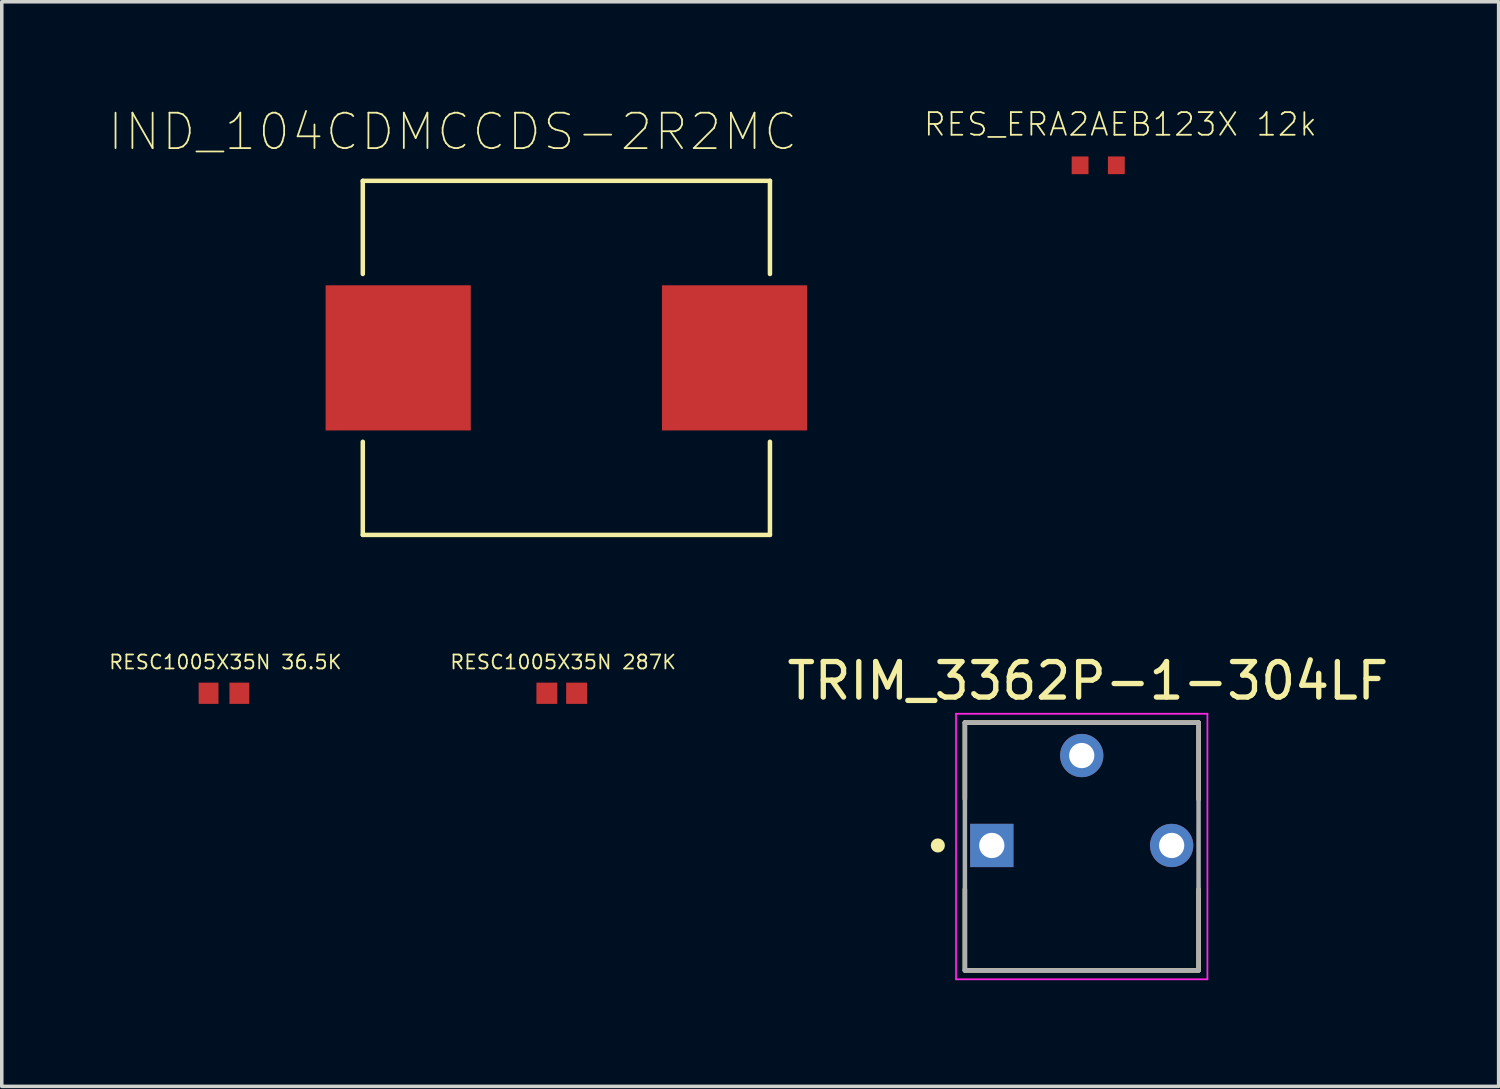
<source format=kicad_pcb>
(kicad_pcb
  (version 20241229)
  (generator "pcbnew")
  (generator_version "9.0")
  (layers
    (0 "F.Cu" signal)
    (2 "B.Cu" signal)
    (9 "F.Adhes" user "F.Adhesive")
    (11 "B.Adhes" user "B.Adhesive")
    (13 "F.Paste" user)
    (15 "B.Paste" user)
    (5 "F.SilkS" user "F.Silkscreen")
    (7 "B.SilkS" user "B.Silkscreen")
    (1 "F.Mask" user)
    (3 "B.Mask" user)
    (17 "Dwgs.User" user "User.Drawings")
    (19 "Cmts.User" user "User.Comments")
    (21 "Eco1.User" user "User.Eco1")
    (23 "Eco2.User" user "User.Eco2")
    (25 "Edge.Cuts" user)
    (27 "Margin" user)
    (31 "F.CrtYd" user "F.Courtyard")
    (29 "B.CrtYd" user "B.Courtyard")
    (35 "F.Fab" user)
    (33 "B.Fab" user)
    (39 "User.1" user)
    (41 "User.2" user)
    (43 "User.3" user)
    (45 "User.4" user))
  (footprint "RESC1005X35N 287K"
    (layer "F.Cu")
    (at 12.816 16.531)
    (property "Reference" "RESC1005X35N 287K" (at 0.04 -0.88 0) (layer "F.SilkS") (effects (font (size 0.394 0.394) (thickness 0.05))))
    (attr smd)
    (fp_line (start -0.965 -0.55) (end 0.965 -0.55) (stroke (width 0.05) (type solid)) (layer "Eco1.User"))
    (fp_line (start -0.965 0.55) (end -0.965 -0.55) (stroke (width 0.05) (type solid)) (layer "Eco1.User"))
    (fp_line (start -0.965 0.55) (end 0.965 0.55) (stroke (width 0.05) (type solid)) (layer "Eco1.User"))
    (fp_line (start 0.965 0.55) (end 0.965 -0.55) (stroke (width 0.05) (type solid)) (layer "Eco1.User"))
    (fp_line (start -0.55 0.28) (end -0.55 -0.28) (stroke (width 0.127) (type solid)) (layer "Eco2.User"))
    (fp_line (start 0.55 -0.28) (end -0.55 -0.28) (stroke (width 0.127) (type solid)) (layer "Eco2.User"))
    (fp_line (start 0.55 0.28) (end -0.55 0.28) (stroke (width 0.127) (type solid)) (layer "Eco2.User"))
    (fp_line (start 0.55 0.28) (end 0.55 -0.28) (stroke (width 0.127) (type solid)) (layer "Eco2.User"))
    (pad "1" smd rect (at -0.42 0) (size 0.59 0.6) (layers "F.Cu" "F.Paste"))
    (pad "2" smd rect (at 0.42 0) (size 0.59 0.6) (layers "F.Cu" "F.Paste")))
  (footprint "IND_104CDMCCDS-2R2MC"
    (layer "F.Cu")
    (at 12.947 7.058)
    (property "Reference" "IND_104CDMCCDS-2R2MC" (at -3.21 -6.385 0) (layer "F.SilkS") (effects (font (size 1 1) (thickness 0.05))))
    (attr smd)
    (fp_line (start -5.75 -5) (end 5.75 -5) (stroke (width 0.127) (type solid)) (layer "F.SilkS"))
    (fp_line (start -5.75 -2.37) (end -5.75 -5) (stroke (width 0.127) (type solid)) (layer "F.SilkS"))
    (fp_line (start -5.75 2.37) (end -5.75 5) (stroke (width 0.127) (type solid)) (layer "F.SilkS"))
    (fp_line (start -5.75 5) (end 5.75 5) (stroke (width 0.127) (type solid)) (layer "F.SilkS"))
    (fp_line (start 5.75 -5) (end 5.75 -2.37) (stroke (width 0.127) (type solid)) (layer "F.SilkS"))
    (fp_line (start 5.75 5) (end 5.75 2.37) (stroke (width 0.127) (type solid)) (layer "F.SilkS"))
    (fp_line (start -7.05 -5.25) (end 7.05 -5.25) (stroke (width 0.05) (type solid)) (layer "Eco1.User"))
    (fp_line (start -7.05 5.25) (end -7.05 -5.25) (stroke (width 0.05) (type solid)) (layer "Eco1.User"))
    (fp_line (start 7.05 -5.25) (end 7.05 5.25) (stroke (width 0.05) (type solid)) (layer "Eco1.User"))
    (fp_line (start 7.05 5.25) (end -7.05 5.25) (stroke (width 0.05) (type solid)) (layer "Eco1.User"))
    (fp_line (start -5.75 -5) (end 5.75 -5) (stroke (width 0.127) (type solid)) (layer "Eco2.User"))
    (fp_line (start -5.75 5) (end -5.75 -5) (stroke (width 0.127) (type solid)) (layer "Eco2.User"))
    (fp_line (start 5.75 -5) (end 5.75 5) (stroke (width 0.127) (type solid)) (layer "Eco2.User"))
    (fp_line (start 5.75 5) (end -5.75 5) (stroke (width 0.127) (type solid)) (layer "Eco2.User"))
    (pad "1" smd rect (at -4.75 0) (size 4.1 4.1) (layers "F.Cu" "F.Paste"))
    (pad "2" smd rect (at 4.75 0) (size 4.1 4.1) (layers "F.Cu" "F.Paste")))
  (footprint "RESC1005X35N 36.5K"
    (layer "F.Cu")
    (at 3.276 16.531)
    (property "Reference" "RESC1005X35N 36.5K" (at 0.04 -0.88 0) (layer "F.SilkS") (effects (font (size 0.394 0.394) (thickness 0.05))))
    (attr smd)
    (fp_line (start -0.965 -0.55) (end 0.965 -0.55) (stroke (width 0.05) (type solid)) (layer "Eco1.User"))
    (fp_line (start -0.965 0.55) (end -0.965 -0.55) (stroke (width 0.05) (type solid)) (layer "Eco1.User"))
    (fp_line (start -0.965 0.55) (end 0.965 0.55) (stroke (width 0.05) (type solid)) (layer "Eco1.User"))
    (fp_line (start 0.965 0.55) (end 0.965 -0.55) (stroke (width 0.05) (type solid)) (layer "Eco1.User"))
    (fp_line (start -0.55 0.28) (end -0.55 -0.28) (stroke (width 0.127) (type solid)) (layer "Eco2.User"))
    (fp_line (start 0.55 -0.28) (end -0.55 -0.28) (stroke (width 0.127) (type solid)) (layer "Eco2.User"))
    (fp_line (start 0.55 0.28) (end -0.55 0.28) (stroke (width 0.127) (type solid)) (layer "Eco2.User"))
    (fp_line (start 0.55 0.28) (end 0.55 -0.28) (stroke (width 0.127) (type solid)) (layer "Eco2.User"))
    (pad "1" smd rect (at -0.435 0) (size 0.56 0.6) (layers "F.Cu" "F.Paste"))
    (pad "2" smd rect (at 0.435 0) (size 0.56 0.6) (layers "F.Cu" "F.Paste")))
  (footprint "RES_ERA2AEB123X 12k"
    (layer "F.Cu")
    (at 27.969 1.619)
    (property "Reference" "RES_ERA2AEB123X 12k" (at 0.626 -1.156 0) (layer "F.SilkS") (effects (font (size 0.64 0.64) (thickness 0.05))))
    (attr smd)
    (fp_line (start -1 -0.5) (end -1 0.5) (stroke (width 0.05) (type solid)) (layer "Eco1.User"))
    (fp_line (start -1 0.5) (end 1 0.5) (stroke (width 0.05) (type solid)) (layer "Eco1.User"))
    (fp_line (start 1 -0.5) (end -1 -0.5) (stroke (width 0.05) (type solid)) (layer "Eco1.User"))
    (fp_line (start 1 0.5) (end 1 -0.5) (stroke (width 0.05) (type solid)) (layer "Eco1.User"))
    (fp_line (start -0.5 -0.25) (end -0.5 0.25) (stroke (width 0.127) (type solid)) (layer "Eco2.User"))
    (fp_line (start -0.5 -0.25) (end 0.5 -0.25) (stroke (width 0.127) (type solid)) (layer "Eco2.User"))
    (fp_line (start -0.5 0.25) (end 0.5 0.25) (stroke (width 0.127) (type solid)) (layer "Eco2.User"))
    (fp_line (start 0.5 -0.25) (end 0.5 0.25) (stroke (width 0.127) (type solid)) (layer "Eco2.User"))
    (pad "1" smd rect (at -0.512 0) (size 0.475 0.5) (layers "F.Cu" "F.Paste"))
    (pad "2" smd rect (at 0.512 0) (size 0.475 0.5) (layers "F.Cu" "F.Paste")))
  (footprint "TRIM_3362P-1-304LF"
    (layer "F.Cu")
    (at 27.503 20.83)
    (property "Reference" "TRIM_3362P-1-304LF" (at 0.175 -4.648 0) (layer "F.SilkS") (effects (font (size 1.003 1.003) (thickness 0.15))))
    (attr through_hole)
    (fp_line (start -3.3 -3.47) (end 3.3 -3.47) (stroke (width 0.127) (type solid)) (layer "F.SilkS"))
    (fp_line (start -3.3 -1.305) (end -3.3 -3.47) (stroke (width 0.127) (type solid)) (layer "F.SilkS"))
    (fp_line (start -3.3 3.52) (end -3.3 1.235) (stroke (width 0.127) (type solid)) (layer "F.SilkS"))
    (fp_line (start 3.3 -3.47) (end 3.3 -1.305) (stroke (width 0.127) (type solid)) (layer "F.SilkS"))
    (fp_line (start 3.3 1.235) (end 3.3 3.52) (stroke (width 0.127) (type solid)) (layer "F.SilkS"))
    (fp_line (start 3.3 3.53) (end -3.3 3.53) (stroke (width 0.127) (type solid)) (layer "F.SilkS"))
    (fp_circle (center -4.064 0) (end -3.964 0) (stroke (width 0.2) (type solid)) (fill no) (layer "F.SilkS"))
    (fp_line (start -3.55 -3.72) (end 3.55 -3.72) (stroke (width 0.05) (type solid)) (layer "F.CrtYd"))
    (fp_line (start -3.55 3.78) (end -3.55 -3.72) (stroke (width 0.05) (type solid)) (layer "F.CrtYd"))
    (fp_line (start 3.55 -3.72) (end 3.55 3.78) (stroke (width 0.05) (type solid)) (layer "F.CrtYd"))
    (fp_line (start 3.55 3.78) (end -3.55 3.78) (stroke (width 0.05) (type solid)) (layer "F.CrtYd"))
    (fp_line (start -3.3 -3.47) (end 3.3 -3.47) (stroke (width 0.127) (type solid)) (layer "F.Fab"))
    (fp_line (start -3.3 3.53) (end -3.3 -3.47) (stroke (width 0.127) (type solid)) (layer "F.Fab"))
    (fp_line (start 3.3 -3.47) (end 3.3 3.53) (stroke (width 0.127) (type solid)) (layer "F.Fab"))
    (fp_line (start 3.3 3.53) (end -3.3 3.53) (stroke (width 0.127) (type solid)) (layer "F.Fab"))
    (pad "1" thru_hole rect (at -2.54 0) (size 1.222 1.222) (drill 0.714) (layers "*.Cu" "*.Mask"))
    (pad "2" thru_hole circle (at 0 -2.54) (size 1.222 1.222) (drill 0.714) (layers "*.Cu" "*.Mask"))
    (pad "3" thru_hole circle (at 2.54 0) (size 1.222 1.222) (drill 0.714) (layers "*.Cu" "*.Mask")))
  (gr_rect
    (start -3 -3)
    (end 39.279 27.635)
    (stroke (width 0.1) (type default))
    (fill no)
    (layer "Edge.Cuts")))
</source>
